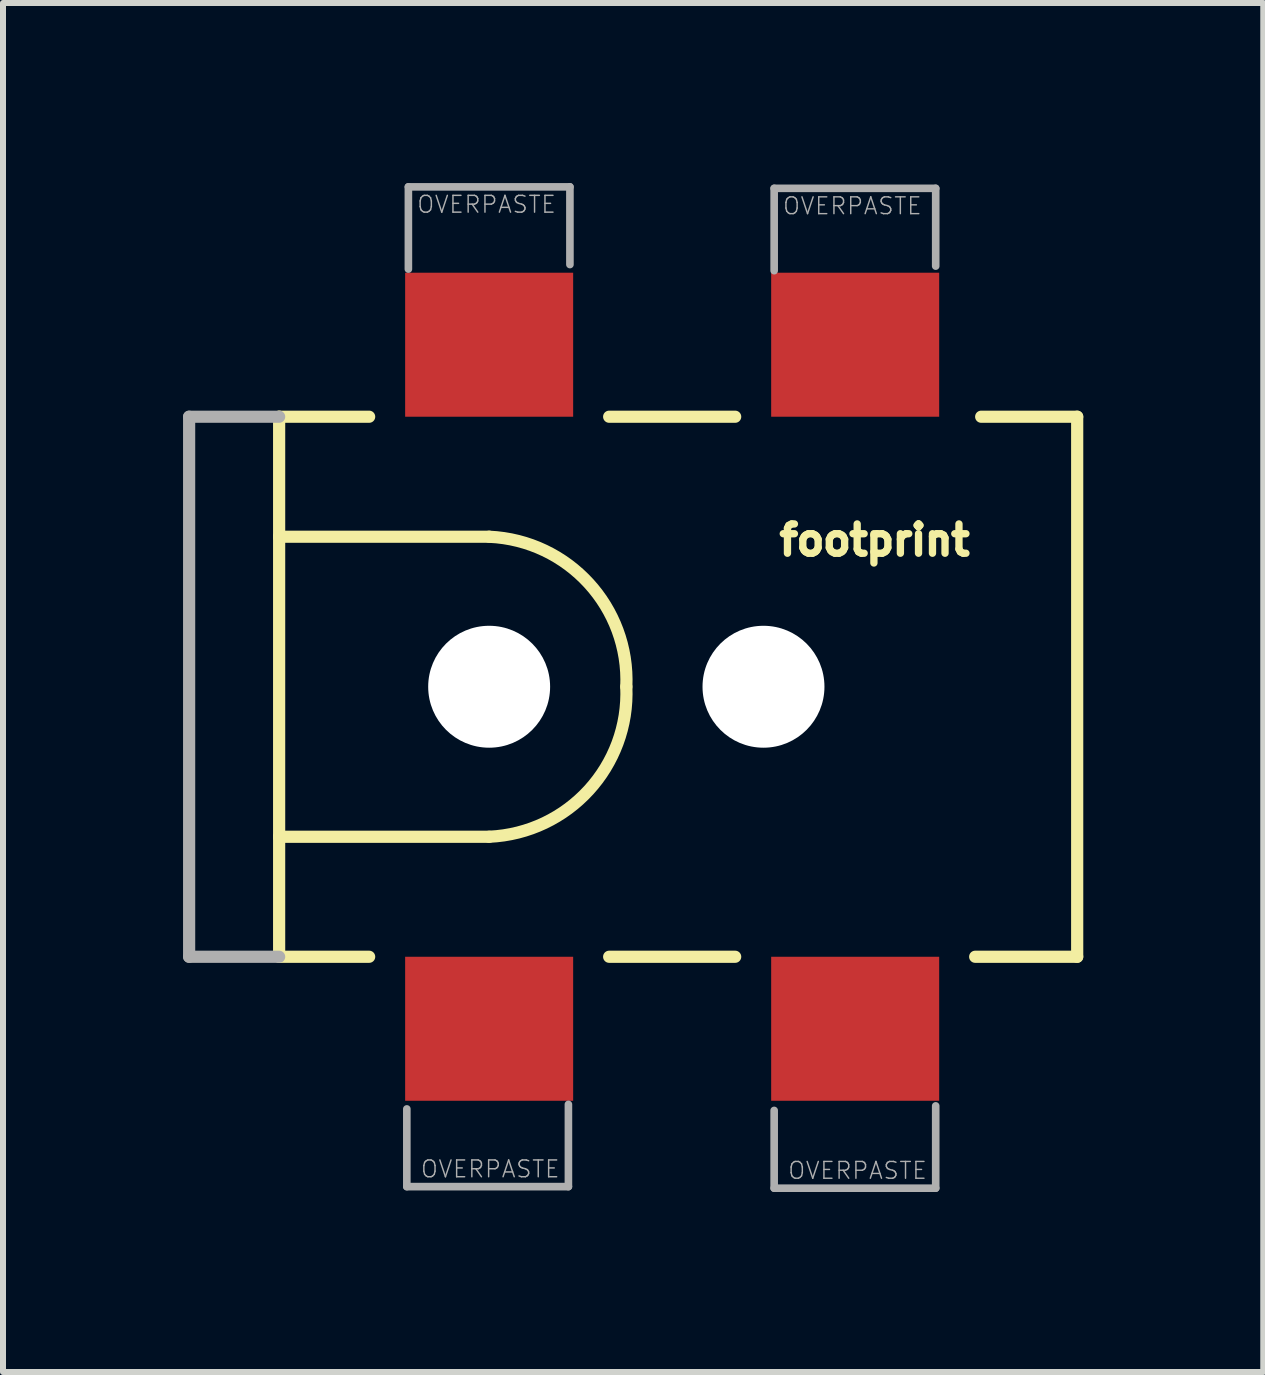
<source format=kicad_pcb>
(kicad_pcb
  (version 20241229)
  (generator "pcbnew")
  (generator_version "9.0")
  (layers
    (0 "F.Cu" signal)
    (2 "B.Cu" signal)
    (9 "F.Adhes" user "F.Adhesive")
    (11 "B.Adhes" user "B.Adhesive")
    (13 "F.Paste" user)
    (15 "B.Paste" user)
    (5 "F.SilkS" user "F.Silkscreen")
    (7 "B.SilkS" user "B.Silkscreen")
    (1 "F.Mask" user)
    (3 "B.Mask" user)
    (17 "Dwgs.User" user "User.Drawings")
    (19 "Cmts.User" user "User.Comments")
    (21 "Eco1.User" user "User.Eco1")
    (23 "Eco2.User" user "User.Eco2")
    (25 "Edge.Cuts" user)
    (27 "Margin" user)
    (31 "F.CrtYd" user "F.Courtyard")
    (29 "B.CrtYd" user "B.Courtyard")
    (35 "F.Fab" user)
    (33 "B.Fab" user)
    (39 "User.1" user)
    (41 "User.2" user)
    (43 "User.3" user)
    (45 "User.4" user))
  (footprint "footprint"
    (layer "F.Cu")
    (at 5.102 8.395)
    (property "Reference" "footprint" (at 4.775 -2.159 0) (layer "F.SilkS") (effects (font (size 0.488 0.488) (thickness 0.122)) (justify left bottom)))
    (fp_line (start -3.5 -4.5) (end -3.5 -2.5) (stroke (width 0.203) (type solid)) (layer "F.SilkS"))
    (fp_line (start -3.5 -4.5) (end -2 -4.5) (stroke (width 0.203) (type solid)) (layer "F.SilkS"))
    (fp_line (start -3.5 -2.5) (end -3.5 2.5) (stroke (width 0.203) (type solid)) (layer "F.SilkS"))
    (fp_line (start -3.5 -2.5) (end 0 -2.5) (stroke (width 0.203) (type solid)) (layer "F.SilkS"))
    (fp_line (start -3.5 2.5) (end -3.5 4.5) (stroke (width 0.203) (type solid)) (layer "F.SilkS"))
    (fp_line (start -2 4.5) (end -3.5 4.5) (stroke (width 0.203) (type solid)) (layer "F.SilkS"))
    (fp_line (start 0 2.5) (end -3.5 2.5) (stroke (width 0.203) (type solid)) (layer "F.SilkS"))
    (fp_line (start 2 -4.5) (end 4.1 -4.5) (stroke (width 0.203) (type solid)) (layer "F.SilkS"))
    (fp_line (start 4.1 4.5) (end 2 4.5) (stroke (width 0.203) (type solid)) (layer "F.SilkS"))
    (fp_line (start 8.2 -4.5) (end 9.8 -4.5) (stroke (width 0.203) (type solid)) (layer "F.SilkS"))
    (fp_line (start 9.8 -4.5) (end 9.8 4.5) (stroke (width 0.203) (type solid)) (layer "F.SilkS"))
    (fp_line (start 9.8 4.5) (end 8.1 4.5) (stroke (width 0.203) (type solid)) (layer "F.SilkS"))
    (fp_arc (start 0 -2.5) (mid 1.660767 -1.723446) (end 2.286 0) (stroke (width 0.2032) (type solid)) (layer "F.SilkS"))
    (fp_arc (start 2.286 0) (mid 1.660767 1.723446) (end 0 2.5) (stroke (width 0.2032) (type solid)) (layer "F.SilkS"))
    (fp_poly (pts (xy -1.4 8.382) (xy 1.4 8.382) (xy 1.4 6.896) (xy -1.4 6.896)) (stroke (width 0) (type solid)) (fill yes) (layer "F.Paste"))
    (fp_poly (pts (xy 1.4 -8.382) (xy -1.4 -8.382) (xy -1.4 -6.896) (xy 1.4 -6.896)) (stroke (width 0) (type solid)) (fill yes) (layer "F.Paste"))
    (fp_poly (pts (xy 4.702 8.385) (xy 7.501 8.385) (xy 7.501 6.899) (xy 4.702 6.899)) (stroke (width 0) (type solid)) (fill yes) (layer "F.Paste"))
    (fp_poly (pts (xy 7.501 -8.382) (xy 4.702 -8.382) (xy 4.702 -6.896) (xy 7.501 -6.896)) (stroke (width 0) (type solid)) (fill yes) (layer "F.Paste"))
    (fp_line (start -5 -4.5) (end -5 4.5) (stroke (width 0.203) (type solid)) (layer "F.Fab"))
    (fp_line (start -5 -4.5) (end -3.5 -4.5) (stroke (width 0.203) (type solid)) (layer "F.Fab"))
    (fp_line (start -3.5 4.5) (end -5 4.5) (stroke (width 0.203) (type solid)) (layer "F.Fab"))
    (fp_line (start -1.372 7.036) (end -1.372 8.331) (stroke (width 0.127) (type solid)) (layer "F.Fab"))
    (fp_line (start -1.372 8.331) (end 1.321 8.331) (stroke (width 0.127) (type solid)) (layer "F.Fab"))
    (fp_line (start -1.346 -8.331) (end -1.346 -6.96) (stroke (width 0.127) (type solid)) (layer "F.Fab"))
    (fp_line (start 1.321 8.331) (end 1.321 6.96) (stroke (width 0.127) (type solid)) (layer "F.Fab"))
    (fp_line (start 1.346 -8.331) (end -1.346 -8.331) (stroke (width 0.127) (type solid)) (layer "F.Fab"))
    (fp_line (start 1.346 -7.036) (end 1.346 -8.331) (stroke (width 0.127) (type solid)) (layer "F.Fab"))
    (fp_line (start 4.75 -8.306) (end 4.75 -6.934) (stroke (width 0.127) (type solid)) (layer "F.Fab"))
    (fp_line (start 4.75 7.061) (end 4.75 8.357) (stroke (width 0.127) (type solid)) (layer "F.Fab"))
    (fp_line (start 4.75 8.357) (end 7.442 8.357) (stroke (width 0.127) (type solid)) (layer "F.Fab"))
    (fp_line (start 7.442 -8.306) (end 4.75 -8.306) (stroke (width 0.127) (type solid)) (layer "F.Fab"))
    (fp_line (start 7.442 -7.01) (end 7.442 -8.306) (stroke (width 0.127) (type solid)) (layer "F.Fab"))
    (fp_line (start 7.442 8.357) (end 7.442 6.985) (stroke (width 0.127) (type solid)) (layer "F.Fab"))
    (fp_text user "OVERPASTE" (at -1.219 -7.874 0) (layer "F.Fab") (effects (font (size 0.28 0.28) (thickness 0.024)) (justify left bottom)))
    (fp_text user "OVERPASTE" (at 1.194 7.874 0) (layer "F.Fab") (effects (font (size 0.28 0.28) (thickness 0.024)) (justify right top)))
    (fp_text user "OVERPASTE" (at 4.877 -7.849 0) (layer "F.Fab") (effects (font (size 0.28 0.28) (thickness 0.024)) (justify left bottom)))
    (fp_text user "OVERPASTE" (at 7.315 7.899 0) (layer "F.Fab") (effects (font (size 0.28 0.28) (thickness 0.024)) (justify right top)))
    (pad "" np_thru_hole circle (at 0 0) (size 2.032 2.032) (drill 2.032) (layers "*.Cu" "*.Mask"))
    (pad "" np_thru_hole circle (at 4.572 0) (size 2.032 2.032) (drill 2.032) (layers "*.Cu" "*.Mask"))
    (pad "GND" smd rect (at 0 5.7) (size 2.8 2.4) (layers "F.Cu" "F.Mask" "F.Paste"))
    (pad "P$4" smd rect (at 6.1 5.7) (size 2.8 2.4) (layers "F.Cu" "F.Mask" "F.Paste"))
    (pad "VIN0" smd rect (at 0 -5.7) (size 2.8 2.4) (layers "F.Cu" "F.Mask" "F.Paste"))
    (pad "VIN1" smd rect (at 6.1 -5.7) (size 2.8 2.4) (layers "F.Cu" "F.Mask" "F.Paste")))
  (gr_rect
    (start -3 -3)
    (end 18.003 19.815)
    (stroke (width 0.1) (type default))
    (fill no)
    (layer "Edge.Cuts")))
</source>
